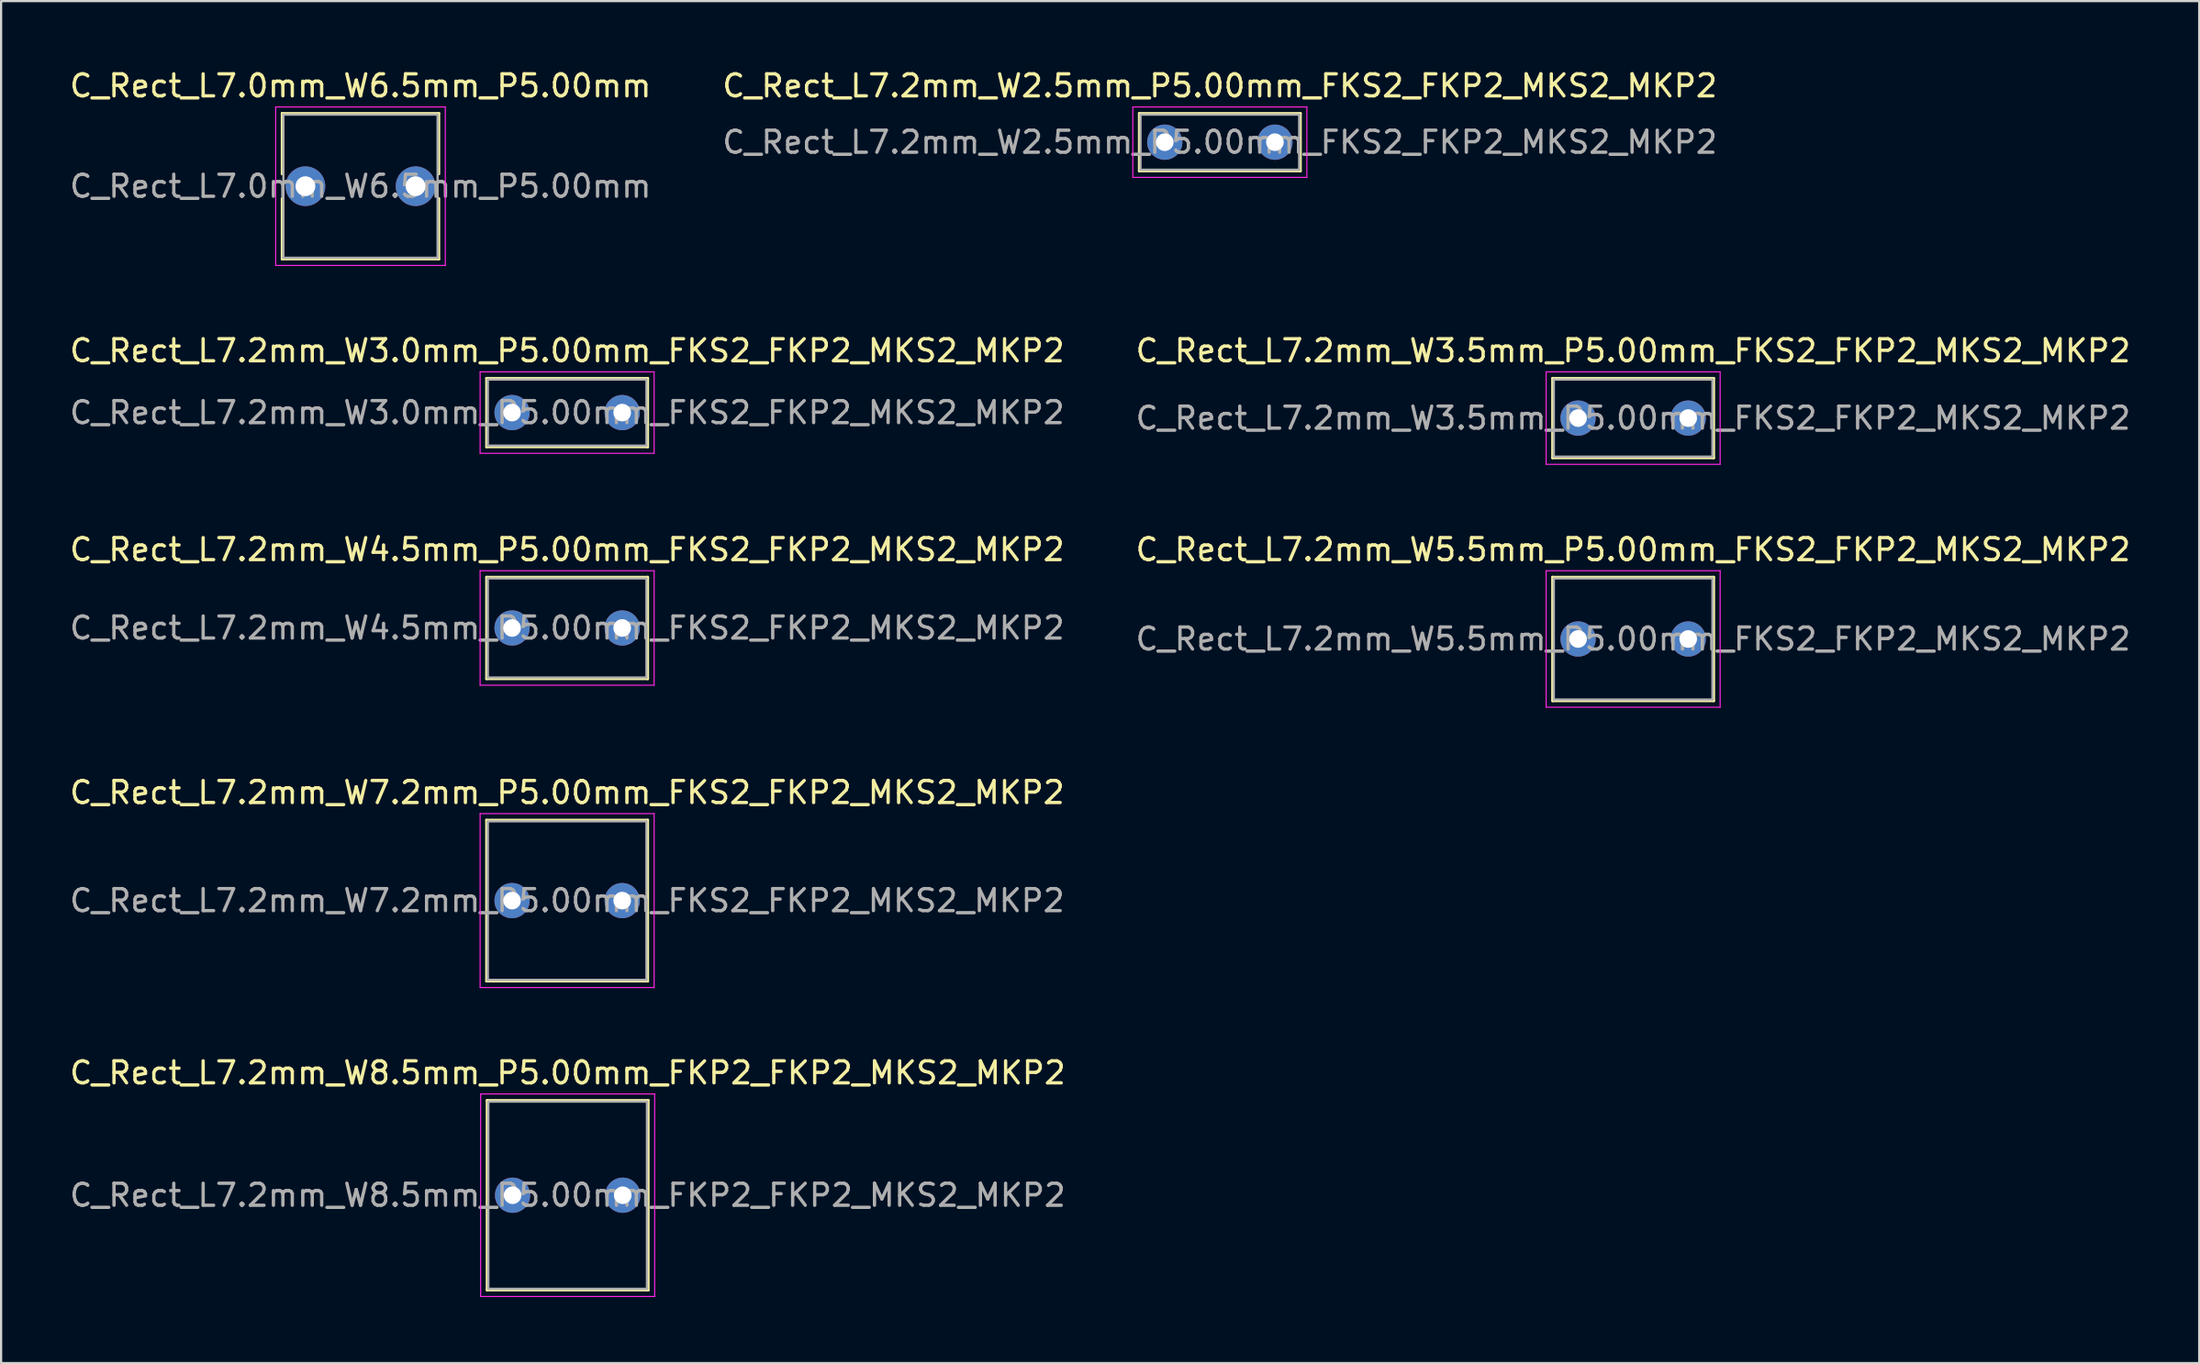
<source format=kicad_pcb>
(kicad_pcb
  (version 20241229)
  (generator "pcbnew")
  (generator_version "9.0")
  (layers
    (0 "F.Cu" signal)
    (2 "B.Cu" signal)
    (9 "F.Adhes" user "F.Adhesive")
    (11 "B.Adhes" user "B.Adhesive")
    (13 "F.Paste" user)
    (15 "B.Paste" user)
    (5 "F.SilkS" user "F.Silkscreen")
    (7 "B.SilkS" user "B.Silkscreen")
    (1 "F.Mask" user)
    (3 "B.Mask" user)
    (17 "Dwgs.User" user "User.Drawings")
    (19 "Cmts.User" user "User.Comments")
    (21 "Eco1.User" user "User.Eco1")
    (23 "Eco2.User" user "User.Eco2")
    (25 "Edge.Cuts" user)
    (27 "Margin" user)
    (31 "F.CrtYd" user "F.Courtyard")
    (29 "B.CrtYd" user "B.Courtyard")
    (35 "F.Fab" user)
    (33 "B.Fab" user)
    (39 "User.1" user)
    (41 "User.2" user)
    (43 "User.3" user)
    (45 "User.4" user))
  (footprint "C_Rect_L7.2mm_W3.0mm_P5.00mm_FKS2_FKP2_MKS2_MKP2"
    (layer "F.Cu")
    (at 20.196 15.691)
    (property "Reference" "C_Rect_L7.2mm_W3.0mm_P5.00mm_FKS2_FKP2_MKS2_MKP2" (at 2.5 -2.81 0) (layer "F.SilkS") (effects (font (size 1 1) (thickness 0.15))))
    (attr through_hole)
    (fp_line (start -1.16 -1.56) (end -1.16 1.56) (stroke (width 0.12) (type solid)) (layer "F.SilkS"))
    (fp_line (start -1.16 -1.56) (end 6.16 -1.56) (stroke (width 0.12) (type solid)) (layer "F.SilkS"))
    (fp_line (start -1.16 1.56) (end 6.16 1.56) (stroke (width 0.12) (type solid)) (layer "F.SilkS"))
    (fp_line (start 6.16 -1.56) (end 6.16 1.56) (stroke (width 0.12) (type solid)) (layer "F.SilkS"))
    (fp_line (start -1.45 -1.85) (end -1.45 1.85) (stroke (width 0.05) (type solid)) (layer "F.CrtYd"))
    (fp_line (start -1.45 1.85) (end 6.45 1.85) (stroke (width 0.05) (type solid)) (layer "F.CrtYd"))
    (fp_line (start 6.45 -1.85) (end -1.45 -1.85) (stroke (width 0.05) (type solid)) (layer "F.CrtYd"))
    (fp_line (start 6.45 1.85) (end 6.45 -1.85) (stroke (width 0.05) (type solid)) (layer "F.CrtYd"))
    (fp_line (start -1.1 -1.5) (end -1.1 1.5) (stroke (width 0.1) (type solid)) (layer "F.Fab"))
    (fp_line (start -1.1 1.5) (end 6.1 1.5) (stroke (width 0.1) (type solid)) (layer "F.Fab"))
    (fp_line (start 6.1 -1.5) (end -1.1 -1.5) (stroke (width 0.1) (type solid)) (layer "F.Fab"))
    (fp_line (start 6.1 1.5) (end 6.1 -1.5) (stroke (width 0.1) (type solid)) (layer "F.Fab"))
    (fp_text user "${REFERENCE}" (at 2.5 0 0) (layer "F.Fab") (effects (font (size 1 1) (thickness 0.15))))
    (pad "1" thru_hole circle (at 0 0) (size 1.6 1.6) (drill 0.8) (layers "*.Cu" "*.Mask"))
    (pad "2" thru_hole circle (at 5 0) (size 1.6 1.6) (drill 0.8) (layers "*.Cu" "*.Mask")))
  (footprint "C_Rect_L7.2mm_W8.5mm_P5.00mm_FKP2_FKP2_MKS2_MKP2"
    (layer "F.Cu")
    (at 20.22 51.241)
    (property "Reference" "C_Rect_L7.2mm_W8.5mm_P5.00mm_FKP2_FKP2_MKS2_MKP2" (at 2.5 -5.56 0) (layer "F.SilkS") (effects (font (size 1 1) (thickness 0.15))))
    (attr through_hole)
    (fp_line (start -1.16 -4.31) (end -1.16 4.31) (stroke (width 0.12) (type solid)) (layer "F.SilkS"))
    (fp_line (start -1.16 -4.31) (end 6.16 -4.31) (stroke (width 0.12) (type solid)) (layer "F.SilkS"))
    (fp_line (start -1.16 4.31) (end 6.16 4.31) (stroke (width 0.12) (type solid)) (layer "F.SilkS"))
    (fp_line (start 6.16 -4.31) (end 6.16 4.31) (stroke (width 0.12) (type solid)) (layer "F.SilkS"))
    (fp_line (start -1.45 -4.6) (end -1.45 4.6) (stroke (width 0.05) (type solid)) (layer "F.CrtYd"))
    (fp_line (start -1.45 4.6) (end 6.45 4.6) (stroke (width 0.05) (type solid)) (layer "F.CrtYd"))
    (fp_line (start 6.45 -4.6) (end -1.45 -4.6) (stroke (width 0.05) (type solid)) (layer "F.CrtYd"))
    (fp_line (start 6.45 4.6) (end 6.45 -4.6) (stroke (width 0.05) (type solid)) (layer "F.CrtYd"))
    (fp_line (start -1.1 -4.25) (end -1.1 4.25) (stroke (width 0.1) (type solid)) (layer "F.Fab"))
    (fp_line (start -1.1 4.25) (end 6.1 4.25) (stroke (width 0.1) (type solid)) (layer "F.Fab"))
    (fp_line (start 6.1 -4.25) (end -1.1 -4.25) (stroke (width 0.1) (type solid)) (layer "F.Fab"))
    (fp_line (start 6.1 4.25) (end 6.1 -4.25) (stroke (width 0.1) (type solid)) (layer "F.Fab"))
    (fp_text user "${REFERENCE}" (at 2.5 0 0) (layer "F.Fab") (effects (font (size 1 1) (thickness 0.15))))
    (pad "1" thru_hole circle (at 0 0) (size 1.6 1.6) (drill 0.8) (layers "*.Cu" "*.Mask"))
    (pad "2" thru_hole circle (at 5 0) (size 1.6 1.6) (drill 0.8) (layers "*.Cu" "*.Mask")))
  (footprint "C_Rect_L7.2mm_W4.5mm_P5.00mm_FKS2_FKP2_MKS2_MKP2"
    (layer "F.Cu")
    (at 20.196 25.475)
    (property "Reference" "C_Rect_L7.2mm_W4.5mm_P5.00mm_FKS2_FKP2_MKS2_MKP2" (at 2.5 -3.56 0) (layer "F.SilkS") (effects (font (size 1 1) (thickness 0.15))))
    (attr through_hole)
    (fp_line (start -1.16 -2.31) (end -1.16 2.31) (stroke (width 0.12) (type solid)) (layer "F.SilkS"))
    (fp_line (start -1.16 -2.31) (end 6.16 -2.31) (stroke (width 0.12) (type solid)) (layer "F.SilkS"))
    (fp_line (start -1.16 2.31) (end 6.16 2.31) (stroke (width 0.12) (type solid)) (layer "F.SilkS"))
    (fp_line (start 6.16 -2.31) (end 6.16 2.31) (stroke (width 0.12) (type solid)) (layer "F.SilkS"))
    (fp_line (start -1.45 -2.6) (end -1.45 2.6) (stroke (width 0.05) (type solid)) (layer "F.CrtYd"))
    (fp_line (start -1.45 2.6) (end 6.45 2.6) (stroke (width 0.05) (type solid)) (layer "F.CrtYd"))
    (fp_line (start 6.45 -2.6) (end -1.45 -2.6) (stroke (width 0.05) (type solid)) (layer "F.CrtYd"))
    (fp_line (start 6.45 2.6) (end 6.45 -2.6) (stroke (width 0.05) (type solid)) (layer "F.CrtYd"))
    (fp_line (start -1.1 -2.25) (end -1.1 2.25) (stroke (width 0.1) (type solid)) (layer "F.Fab"))
    (fp_line (start -1.1 2.25) (end 6.1 2.25) (stroke (width 0.1) (type solid)) (layer "F.Fab"))
    (fp_line (start 6.1 -2.25) (end -1.1 -2.25) (stroke (width 0.1) (type solid)) (layer "F.Fab"))
    (fp_line (start 6.1 2.25) (end 6.1 -2.25) (stroke (width 0.1) (type solid)) (layer "F.Fab"))
    (fp_text user "${REFERENCE}" (at 2.5 0 0) (layer "F.Fab") (effects (font (size 1 1) (thickness 0.15))))
    (pad "1" thru_hole circle (at 0 0) (size 1.6 1.6) (drill 0.8) (layers "*.Cu" "*.Mask"))
    (pad "2" thru_hole circle (at 5 0) (size 1.6 1.6) (drill 0.8) (layers "*.Cu" "*.Mask")))
  (footprint "C_Rect_L7.2mm_W7.2mm_P5.00mm_FKS2_FKP2_MKS2_MKP2"
    (layer "F.Cu")
    (at 20.196 37.858)
    (property "Reference" "C_Rect_L7.2mm_W7.2mm_P5.00mm_FKS2_FKP2_MKS2_MKP2" (at 2.5 -4.91 0) (layer "F.SilkS") (effects (font (size 1 1) (thickness 0.15))))
    (attr through_hole)
    (fp_line (start -1.16 -3.66) (end -1.16 3.66) (stroke (width 0.12) (type solid)) (layer "F.SilkS"))
    (fp_line (start -1.16 -3.66) (end 6.16 -3.66) (stroke (width 0.12) (type solid)) (layer "F.SilkS"))
    (fp_line (start -1.16 3.66) (end 6.16 3.66) (stroke (width 0.12) (type solid)) (layer "F.SilkS"))
    (fp_line (start 6.16 -3.66) (end 6.16 3.66) (stroke (width 0.12) (type solid)) (layer "F.SilkS"))
    (fp_line (start -1.45 -3.95) (end -1.45 3.95) (stroke (width 0.05) (type solid)) (layer "F.CrtYd"))
    (fp_line (start -1.45 3.95) (end 6.45 3.95) (stroke (width 0.05) (type solid)) (layer "F.CrtYd"))
    (fp_line (start 6.45 -3.95) (end -1.45 -3.95) (stroke (width 0.05) (type solid)) (layer "F.CrtYd"))
    (fp_line (start 6.45 3.95) (end 6.45 -3.95) (stroke (width 0.05) (type solid)) (layer "F.CrtYd"))
    (fp_line (start -1.1 -3.6) (end -1.1 3.6) (stroke (width 0.1) (type solid)) (layer "F.Fab"))
    (fp_line (start -1.1 3.6) (end 6.1 3.6) (stroke (width 0.1) (type solid)) (layer "F.Fab"))
    (fp_line (start 6.1 -3.6) (end -1.1 -3.6) (stroke (width 0.1) (type solid)) (layer "F.Fab"))
    (fp_line (start 6.1 3.6) (end 6.1 -3.6) (stroke (width 0.1) (type solid)) (layer "F.Fab"))
    (fp_text user "${REFERENCE}" (at 2.5 0 0) (layer "F.Fab") (effects (font (size 1 1) (thickness 0.15))))
    (pad "1" thru_hole circle (at 0 0) (size 1.6 1.6) (drill 0.8) (layers "*.Cu" "*.Mask"))
    (pad "2" thru_hole circle (at 5 0) (size 1.6 1.6) (drill 0.8) (layers "*.Cu" "*.Mask")))
  (footprint "C_Rect_L7.2mm_W3.5mm_P5.00mm_FKS2_FKP2_MKS2_MKP2"
    (layer "F.Cu")
    (at 68.589 15.941)
    (property "Reference" "C_Rect_L7.2mm_W3.5mm_P5.00mm_FKS2_FKP2_MKS2_MKP2" (at 2.5 -3.06 0) (layer "F.SilkS") (effects (font (size 1 1) (thickness 0.15))))
    (attr through_hole)
    (fp_line (start -1.16 -1.81) (end -1.16 1.81) (stroke (width 0.12) (type solid)) (layer "F.SilkS"))
    (fp_line (start -1.16 -1.81) (end 6.16 -1.81) (stroke (width 0.12) (type solid)) (layer "F.SilkS"))
    (fp_line (start -1.16 1.81) (end 6.16 1.81) (stroke (width 0.12) (type solid)) (layer "F.SilkS"))
    (fp_line (start 6.16 -1.81) (end 6.16 1.81) (stroke (width 0.12) (type solid)) (layer "F.SilkS"))
    (fp_line (start -1.45 -2.1) (end -1.45 2.1) (stroke (width 0.05) (type solid)) (layer "F.CrtYd"))
    (fp_line (start -1.45 2.1) (end 6.45 2.1) (stroke (width 0.05) (type solid)) (layer "F.CrtYd"))
    (fp_line (start 6.45 -2.1) (end -1.45 -2.1) (stroke (width 0.05) (type solid)) (layer "F.CrtYd"))
    (fp_line (start 6.45 2.1) (end 6.45 -2.1) (stroke (width 0.05) (type solid)) (layer "F.CrtYd"))
    (fp_line (start -1.1 -1.75) (end -1.1 1.75) (stroke (width 0.1) (type solid)) (layer "F.Fab"))
    (fp_line (start -1.1 1.75) (end 6.1 1.75) (stroke (width 0.1) (type solid)) (layer "F.Fab"))
    (fp_line (start 6.1 -1.75) (end -1.1 -1.75) (stroke (width 0.1) (type solid)) (layer "F.Fab"))
    (fp_line (start 6.1 1.75) (end 6.1 -1.75) (stroke (width 0.1) (type solid)) (layer "F.Fab"))
    (fp_text user "${REFERENCE}" (at 2.5 0 0) (layer "F.Fab") (effects (font (size 1 1) (thickness 0.15))))
    (pad "1" thru_hole circle (at 0 0) (size 1.6 1.6) (drill 0.8) (layers "*.Cu" "*.Mask"))
    (pad "2" thru_hole circle (at 5 0) (size 1.6 1.6) (drill 0.8) (layers "*.Cu" "*.Mask")))
  (footprint "C_Rect_L7.2mm_W2.5mm_P5.00mm_FKS2_FKP2_MKS2_MKP2"
    (layer "F.Cu")
    (at 49.827 3.408)
    (property "Reference" "C_Rect_L7.2mm_W2.5mm_P5.00mm_FKS2_FKP2_MKS2_MKP2" (at 2.5 -2.56 0) (layer "F.SilkS") (effects (font (size 1 1) (thickness 0.15))))
    (attr through_hole)
    (fp_line (start -1.16 -1.31) (end -1.16 1.31) (stroke (width 0.12) (type solid)) (layer "F.SilkS"))
    (fp_line (start -1.16 -1.31) (end 6.16 -1.31) (stroke (width 0.12) (type solid)) (layer "F.SilkS"))
    (fp_line (start -1.16 1.31) (end 6.16 1.31) (stroke (width 0.12) (type solid)) (layer "F.SilkS"))
    (fp_line (start 6.16 -1.31) (end 6.16 1.31) (stroke (width 0.12) (type solid)) (layer "F.SilkS"))
    (fp_line (start -1.45 -1.6) (end -1.45 1.6) (stroke (width 0.05) (type solid)) (layer "F.CrtYd"))
    (fp_line (start -1.45 1.6) (end 6.45 1.6) (stroke (width 0.05) (type solid)) (layer "F.CrtYd"))
    (fp_line (start 6.45 -1.6) (end -1.45 -1.6) (stroke (width 0.05) (type solid)) (layer "F.CrtYd"))
    (fp_line (start 6.45 1.6) (end 6.45 -1.6) (stroke (width 0.05) (type solid)) (layer "F.CrtYd"))
    (fp_line (start -1.1 -1.25) (end -1.1 1.25) (stroke (width 0.1) (type solid)) (layer "F.Fab"))
    (fp_line (start -1.1 1.25) (end 6.1 1.25) (stroke (width 0.1) (type solid)) (layer "F.Fab"))
    (fp_line (start 6.1 -1.25) (end -1.1 -1.25) (stroke (width 0.1) (type solid)) (layer "F.Fab"))
    (fp_line (start 6.1 1.25) (end 6.1 -1.25) (stroke (width 0.1) (type solid)) (layer "F.Fab"))
    (fp_text user "${REFERENCE}" (at 2.5 0 0) (layer "F.Fab") (effects (font (size 1 1) (thickness 0.15))))
    (pad "1" thru_hole circle (at 0 0) (size 1.6 1.6) (drill 0.8) (layers "*.Cu" "*.Mask"))
    (pad "2" thru_hole circle (at 5 0) (size 1.6 1.6) (drill 0.8) (layers "*.Cu" "*.Mask")))
  (footprint "C_Rect_L7.2mm_W5.5mm_P5.00mm_FKS2_FKP2_MKS2_MKP2"
    (layer "F.Cu")
    (at 68.589 25.975)
    (property "Reference" "C_Rect_L7.2mm_W5.5mm_P5.00mm_FKS2_FKP2_MKS2_MKP2" (at 2.5 -4.06 0) (layer "F.SilkS") (effects (font (size 1 1) (thickness 0.15))))
    (attr through_hole)
    (fp_line (start -1.16 -2.81) (end -1.16 2.81) (stroke (width 0.12) (type solid)) (layer "F.SilkS"))
    (fp_line (start -1.16 -2.81) (end 6.16 -2.81) (stroke (width 0.12) (type solid)) (layer "F.SilkS"))
    (fp_line (start -1.16 2.81) (end 6.16 2.81) (stroke (width 0.12) (type solid)) (layer "F.SilkS"))
    (fp_line (start 6.16 -2.81) (end 6.16 2.81) (stroke (width 0.12) (type solid)) (layer "F.SilkS"))
    (fp_line (start -1.45 -3.1) (end -1.45 3.1) (stroke (width 0.05) (type solid)) (layer "F.CrtYd"))
    (fp_line (start -1.45 3.1) (end 6.45 3.1) (stroke (width 0.05) (type solid)) (layer "F.CrtYd"))
    (fp_line (start 6.45 -3.1) (end -1.45 -3.1) (stroke (width 0.05) (type solid)) (layer "F.CrtYd"))
    (fp_line (start 6.45 3.1) (end 6.45 -3.1) (stroke (width 0.05) (type solid)) (layer "F.CrtYd"))
    (fp_line (start -1.1 -2.75) (end -1.1 2.75) (stroke (width 0.1) (type solid)) (layer "F.Fab"))
    (fp_line (start -1.1 2.75) (end 6.1 2.75) (stroke (width 0.1) (type solid)) (layer "F.Fab"))
    (fp_line (start 6.1 -2.75) (end -1.1 -2.75) (stroke (width 0.1) (type solid)) (layer "F.Fab"))
    (fp_line (start 6.1 2.75) (end 6.1 -2.75) (stroke (width 0.1) (type solid)) (layer "F.Fab"))
    (fp_text user "${REFERENCE}" (at 2.5 0 0) (layer "F.Fab") (effects (font (size 1 1) (thickness 0.15))))
    (pad "1" thru_hole circle (at 0 0) (size 1.6 1.6) (drill 0.8) (layers "*.Cu" "*.Mask"))
    (pad "2" thru_hole circle (at 5 0) (size 1.6 1.6) (drill 0.8) (layers "*.Cu" "*.Mask")))
  (footprint "C_Rect_L7.0mm_W6.5mm_P5.00mm"
    (layer "F.Cu")
    (at 10.815 5.408)
    (property "Reference" "C_Rect_L7.0mm_W6.5mm_P5.00mm" (at 2.5 -4.56 0) (layer "F.SilkS") (effects (font (size 1 1) (thickness 0.15))))
    (attr through_hole)
    (fp_line (start -1.06 -3.31) (end -1.06 -0.555) (stroke (width 0.12) (type solid)) (layer "F.SilkS"))
    (fp_line (start -1.06 -3.31) (end 6.06 -3.31) (stroke (width 0.12) (type solid)) (layer "F.SilkS"))
    (fp_line (start -1.06 0.555) (end -1.06 3.31) (stroke (width 0.12) (type solid)) (layer "F.SilkS"))
    (fp_line (start -1.06 3.31) (end 6.06 3.31) (stroke (width 0.12) (type solid)) (layer "F.SilkS"))
    (fp_line (start 6.06 -3.31) (end 6.06 -0.555) (stroke (width 0.12) (type solid)) (layer "F.SilkS"))
    (fp_line (start 6.06 0.555) (end 6.06 3.31) (stroke (width 0.12) (type solid)) (layer "F.SilkS"))
    (fp_line (start -1.35 -3.6) (end -1.35 3.6) (stroke (width 0.05) (type solid)) (layer "F.CrtYd"))
    (fp_line (start -1.35 3.6) (end 6.35 3.6) (stroke (width 0.05) (type solid)) (layer "F.CrtYd"))
    (fp_line (start 6.35 -3.6) (end -1.35 -3.6) (stroke (width 0.05) (type solid)) (layer "F.CrtYd"))
    (fp_line (start 6.35 3.6) (end 6.35 -3.6) (stroke (width 0.05) (type solid)) (layer "F.CrtYd"))
    (fp_line (start -1 -3.25) (end -1 3.25) (stroke (width 0.1) (type solid)) (layer "F.Fab"))
    (fp_line (start -1 3.25) (end 6 3.25) (stroke (width 0.1) (type solid)) (layer "F.Fab"))
    (fp_line (start 6 -3.25) (end -1 -3.25) (stroke (width 0.1) (type solid)) (layer "F.Fab"))
    (fp_line (start 6 3.25) (end 6 -3.25) (stroke (width 0.1) (type solid)) (layer "F.Fab"))
    (fp_text user "${REFERENCE}" (at 2.5 0 0) (layer "F.Fab") (effects (font (size 1 1) (thickness 0.15))))
    (pad "1" thru_hole circle (at 0 0) (size 1.8 1.8) (drill 0.9) (layers "*.Cu" "*.Mask"))
    (pad "2" thru_hole circle (at 5 0) (size 1.8 1.8) (drill 0.9) (layers "*.Cu" "*.Mask")))
  (gr_rect
    (start -3 -3)
    (end 96.786 58.866)
    (stroke (width 0.1) (type default))
    (fill no)
    (layer "Edge.Cuts")))
</source>
